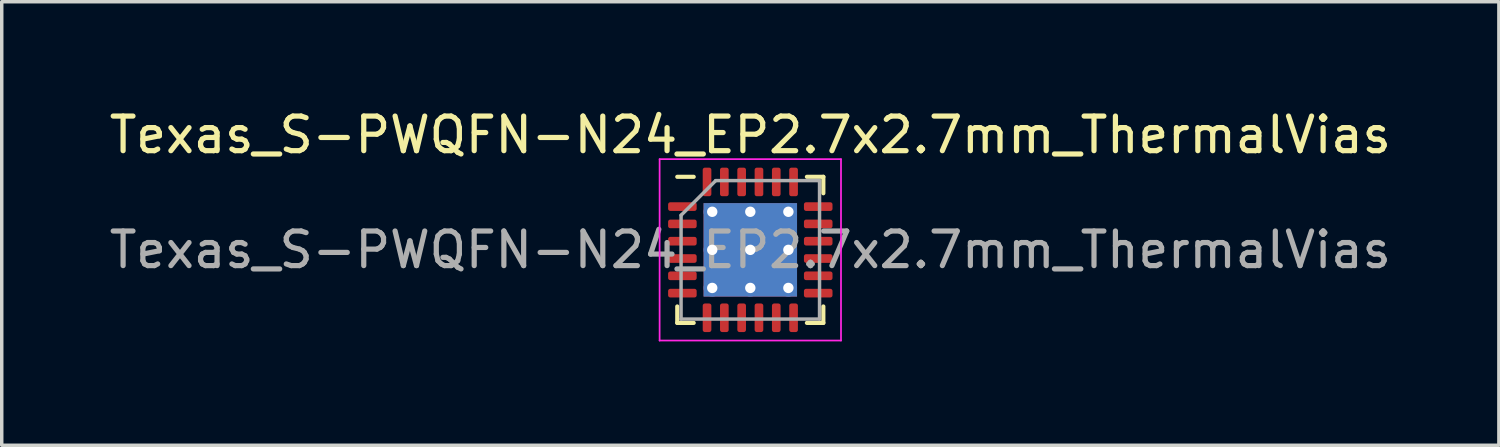
<source format=kicad_pcb>
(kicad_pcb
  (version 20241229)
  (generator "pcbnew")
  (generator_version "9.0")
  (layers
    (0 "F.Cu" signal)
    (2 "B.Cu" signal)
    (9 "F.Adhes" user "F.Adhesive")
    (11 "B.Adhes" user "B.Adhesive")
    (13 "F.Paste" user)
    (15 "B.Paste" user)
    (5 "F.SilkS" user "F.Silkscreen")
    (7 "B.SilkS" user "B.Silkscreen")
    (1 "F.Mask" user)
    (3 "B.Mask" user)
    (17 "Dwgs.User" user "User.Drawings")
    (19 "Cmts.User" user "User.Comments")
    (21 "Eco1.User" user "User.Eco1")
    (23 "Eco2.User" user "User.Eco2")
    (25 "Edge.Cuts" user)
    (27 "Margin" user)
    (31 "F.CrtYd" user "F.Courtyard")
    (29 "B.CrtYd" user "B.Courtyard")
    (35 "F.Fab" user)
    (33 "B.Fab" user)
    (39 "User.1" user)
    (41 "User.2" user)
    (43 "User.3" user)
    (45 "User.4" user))
  (footprint "Texas_S-PWQFN-N24_EP2.7x2.7mm_ThermalVias"
    (layer "F.Cu")
    (at 18.625 4.168)
    (property "Reference" "Texas_S-PWQFN-N24_EP2.7x2.7mm_ThermalVias" (at 0 -3.32 0) (layer "F.SilkS") (effects (font (size 1 1) (thickness 0.15))))
    (attr smd)
    (fp_line (start -2.11 2.11) (end -2.11 1.635) (stroke (width 0.12) (type solid)) (layer "F.SilkS"))
    (fp_line (start -1.635 -2.11) (end -2.11 -2.11) (stroke (width 0.12) (type solid)) (layer "F.SilkS"))
    (fp_line (start -1.635 2.11) (end -2.11 2.11) (stroke (width 0.12) (type solid)) (layer "F.SilkS"))
    (fp_line (start 1.635 -2.11) (end 2.11 -2.11) (stroke (width 0.12) (type solid)) (layer "F.SilkS"))
    (fp_line (start 1.635 2.11) (end 2.11 2.11) (stroke (width 0.12) (type solid)) (layer "F.SilkS"))
    (fp_line (start 2.11 -2.11) (end 2.11 -1.635) (stroke (width 0.12) (type solid)) (layer "F.SilkS"))
    (fp_line (start 2.11 2.11) (end 2.11 1.635) (stroke (width 0.12) (type solid)) (layer "F.SilkS"))
    (fp_line (start -2.62 -2.62) (end -2.62 2.62) (stroke (width 0.05) (type solid)) (layer "F.CrtYd"))
    (fp_line (start -2.62 2.62) (end 2.62 2.62) (stroke (width 0.05) (type solid)) (layer "F.CrtYd"))
    (fp_line (start 2.62 -2.62) (end -2.62 -2.62) (stroke (width 0.05) (type solid)) (layer "F.CrtYd"))
    (fp_line (start 2.62 2.62) (end 2.62 -2.62) (stroke (width 0.05) (type solid)) (layer "F.CrtYd"))
    (fp_line (start -2 -1) (end -1 -2) (stroke (width 0.1) (type solid)) (layer "F.Fab"))
    (fp_line (start -2 2) (end -2 -1) (stroke (width 0.1) (type solid)) (layer "F.Fab"))
    (fp_line (start -1 -2) (end 2 -2) (stroke (width 0.1) (type solid)) (layer "F.Fab"))
    (fp_line (start 2 -2) (end 2 2) (stroke (width 0.1) (type solid)) (layer "F.Fab"))
    (fp_line (start 2 2) (end -2 2) (stroke (width 0.1) (type solid)) (layer "F.Fab"))
    (fp_text user "${REFERENCE}" (at 0 0 0) (layer "F.Fab") (effects (font (size 1 1) (thickness 0.15))))
    (pad "" smd roundrect (at -0.675 -0.675) (size 1.13 1.13) (layers "F.Paste") (roundrect_rratio 0.221))
    (pad "" smd roundrect (at -0.675 0.675) (size 1.13 1.13) (layers "F.Paste") (roundrect_rratio 0.221))
    (pad "" smd roundrect (at 0.675 -0.675) (size 1.13 1.13) (layers "F.Paste") (roundrect_rratio 0.221))
    (pad "" smd roundrect (at 0.675 0.675) (size 1.13 1.13) (layers "F.Paste") (roundrect_rratio 0.221))
    (pad "1" smd roundrect (at -1.962 -1.25) (size 0.825 0.25) (layers "F.Cu" "F.Mask" "F.Paste") (roundrect_rratio 0.25))
    (pad "2" smd roundrect (at -1.962 -0.75) (size 0.825 0.25) (layers "F.Cu" "F.Mask" "F.Paste") (roundrect_rratio 0.25))
    (pad "3" smd roundrect (at -1.962 -0.25) (size 0.825 0.25) (layers "F.Cu" "F.Mask" "F.Paste") (roundrect_rratio 0.25))
    (pad "4" smd roundrect (at -1.962 0.25) (size 0.825 0.25) (layers "F.Cu" "F.Mask" "F.Paste") (roundrect_rratio 0.25))
    (pad "5" smd roundrect (at -1.962 0.75) (size 0.825 0.25) (layers "F.Cu" "F.Mask" "F.Paste") (roundrect_rratio 0.25))
    (pad "6" smd roundrect (at -1.962 1.25) (size 0.825 0.25) (layers "F.Cu" "F.Mask" "F.Paste") (roundrect_rratio 0.25))
    (pad "7" smd roundrect (at -1.25 1.962) (size 0.25 0.825) (layers "F.Cu" "F.Mask" "F.Paste") (roundrect_rratio 0.25))
    (pad "8" smd roundrect (at -0.75 1.962) (size 0.25 0.825) (layers "F.Cu" "F.Mask" "F.Paste") (roundrect_rratio 0.25))
    (pad "9" smd roundrect (at -0.25 1.962) (size 0.25 0.825) (layers "F.Cu" "F.Mask" "F.Paste") (roundrect_rratio 0.25))
    (pad "10" smd roundrect (at 0.25 1.962) (size 0.25 0.825) (layers "F.Cu" "F.Mask" "F.Paste") (roundrect_rratio 0.25))
    (pad "11" smd roundrect (at 0.75 1.962) (size 0.25 0.825) (layers "F.Cu" "F.Mask" "F.Paste") (roundrect_rratio 0.25))
    (pad "12" smd roundrect (at 1.25 1.962) (size 0.25 0.825) (layers "F.Cu" "F.Mask" "F.Paste") (roundrect_rratio 0.25))
    (pad "13" smd roundrect (at 1.962 1.25) (size 0.825 0.25) (layers "F.Cu" "F.Mask" "F.Paste") (roundrect_rratio 0.25))
    (pad "14" smd roundrect (at 1.962 0.75) (size 0.825 0.25) (layers "F.Cu" "F.Mask" "F.Paste") (roundrect_rratio 0.25))
    (pad "15" smd roundrect (at 1.962 0.25) (size 0.825 0.25) (layers "F.Cu" "F.Mask" "F.Paste") (roundrect_rratio 0.25))
    (pad "16" smd roundrect (at 1.962 -0.25) (size 0.825 0.25) (layers "F.Cu" "F.Mask" "F.Paste") (roundrect_rratio 0.25))
    (pad "17" smd roundrect (at 1.962 -0.75) (size 0.825 0.25) (layers "F.Cu" "F.Mask" "F.Paste") (roundrect_rratio 0.25))
    (pad "18" smd roundrect (at 1.962 -1.25) (size 0.825 0.25) (layers "F.Cu" "F.Mask" "F.Paste") (roundrect_rratio 0.25))
    (pad "19" smd roundrect (at 1.25 -1.962) (size 0.25 0.825) (layers "F.Cu" "F.Mask" "F.Paste") (roundrect_rratio 0.25))
    (pad "20" smd roundrect (at 0.75 -1.962) (size 0.25 0.825) (layers "F.Cu" "F.Mask" "F.Paste") (roundrect_rratio 0.25))
    (pad "21" smd roundrect (at 0.25 -1.962) (size 0.25 0.825) (layers "F.Cu" "F.Mask" "F.Paste") (roundrect_rratio 0.25))
    (pad "22" smd roundrect (at -0.25 -1.962) (size 0.25 0.825) (layers "F.Cu" "F.Mask" "F.Paste") (roundrect_rratio 0.25))
    (pad "23" smd roundrect (at -0.75 -1.962) (size 0.25 0.825) (layers "F.Cu" "F.Mask" "F.Paste") (roundrect_rratio 0.25))
    (pad "24" smd roundrect (at -1.25 -1.962) (size 0.25 0.825) (layers "F.Cu" "F.Mask" "F.Paste") (roundrect_rratio 0.25))
    (pad "25" thru_hole circle (at -1.1 -1.1) (size 0.5 0.5) (drill 0.3) (layers "*.Cu"))
    (pad "25" thru_hole circle (at -1.1 0) (size 0.5 0.5) (drill 0.3) (layers "*.Cu"))
    (pad "25" thru_hole circle (at -1.1 1.1) (size 0.5 0.5) (drill 0.3) (layers "*.Cu"))
    (pad "25" thru_hole circle (at 0 -1.1) (size 0.5 0.5) (drill 0.3) (layers "*.Cu"))
    (pad "25" thru_hole circle (at 0 0) (size 0.5 0.5) (drill 0.3) (layers "*.Cu"))
    (pad "25" smd rect (at 0 0) (size 2.7 2.7) (layers "F.Cu" "F.Mask"))
    (pad "25" smd rect (at 0 0) (size 2.7 2.7) (layers "B.Cu"))
    (pad "25" thru_hole circle (at 0 1.1) (size 0.5 0.5) (drill 0.3) (layers "*.Cu"))
    (pad "25" thru_hole circle (at 1.1 -1.1) (size 0.5 0.5) (drill 0.3) (layers "*.Cu"))
    (pad "25" thru_hole circle (at 1.1 0) (size 0.5 0.5) (drill 0.3) (layers "*.Cu"))
    (pad "25" thru_hole circle (at 1.1 1.1) (size 0.5 0.5) (drill 0.3) (layers "*.Cu")))
  (gr_rect
    (start -3 -3)
    (end 40.25 9.813)
    (stroke (width 0.1) (type default))
    (fill no)
    (layer "Edge.Cuts")))
</source>
